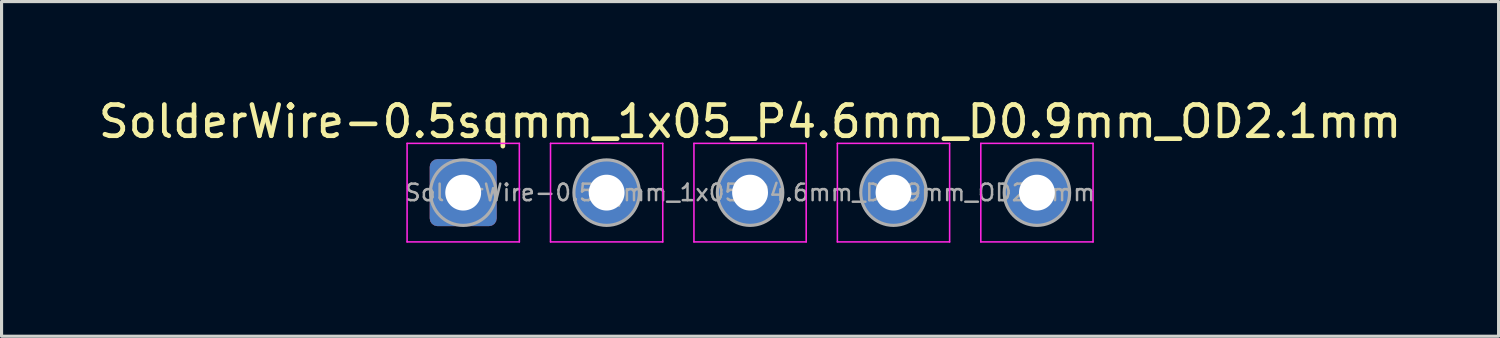
<source format=kicad_pcb>
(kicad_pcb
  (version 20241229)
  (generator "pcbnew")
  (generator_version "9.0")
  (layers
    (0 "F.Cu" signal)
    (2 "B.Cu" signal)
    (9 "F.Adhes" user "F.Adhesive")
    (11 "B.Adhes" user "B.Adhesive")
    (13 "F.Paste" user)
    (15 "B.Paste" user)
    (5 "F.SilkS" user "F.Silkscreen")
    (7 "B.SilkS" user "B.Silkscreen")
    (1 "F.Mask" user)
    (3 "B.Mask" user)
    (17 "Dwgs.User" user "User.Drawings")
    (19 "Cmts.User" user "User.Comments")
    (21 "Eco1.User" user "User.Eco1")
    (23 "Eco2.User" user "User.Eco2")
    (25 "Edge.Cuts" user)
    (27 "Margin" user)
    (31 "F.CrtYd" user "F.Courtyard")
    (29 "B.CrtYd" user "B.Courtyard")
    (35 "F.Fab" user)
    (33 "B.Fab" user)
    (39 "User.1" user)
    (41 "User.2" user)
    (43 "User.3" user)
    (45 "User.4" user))
  (footprint "SolderWire-0.5sqmm_1x05_P4.6mm_D0.9mm_OD2.1mm"
    (layer "F.Cu")
    (at 11.806 3.128)
    (property "Reference" "SolderWire-0.5sqmm_1x05_P4.6mm_D0.9mm_OD2.1mm" (at 9.2 -2.28 0) (layer "F.SilkS") (effects (font (size 1 1) (thickness 0.15))))
    (attr exclude_from_pos_files exclude_from_bom)
    (fp_line (start -1.8 -1.58) (end -1.8 1.58) (stroke (width 0.05) (type solid)) (layer "F.CrtYd"))
    (fp_line (start -1.8 1.58) (end 1.8 1.58) (stroke (width 0.05) (type solid)) (layer "F.CrtYd"))
    (fp_line (start 1.8 -1.58) (end -1.8 -1.58) (stroke (width 0.05) (type solid)) (layer "F.CrtYd"))
    (fp_line (start 1.8 1.58) (end 1.8 -1.58) (stroke (width 0.05) (type solid)) (layer "F.CrtYd"))
    (fp_line (start 2.8 -1.58) (end 2.8 1.58) (stroke (width 0.05) (type solid)) (layer "F.CrtYd"))
    (fp_line (start 2.8 1.58) (end 6.4 1.58) (stroke (width 0.05) (type solid)) (layer "F.CrtYd"))
    (fp_line (start 6.4 -1.58) (end 2.8 -1.58) (stroke (width 0.05) (type solid)) (layer "F.CrtYd"))
    (fp_line (start 6.4 1.58) (end 6.4 -1.58) (stroke (width 0.05) (type solid)) (layer "F.CrtYd"))
    (fp_line (start 7.4 -1.58) (end 7.4 1.58) (stroke (width 0.05) (type solid)) (layer "F.CrtYd"))
    (fp_line (start 7.4 1.58) (end 11 1.58) (stroke (width 0.05) (type solid)) (layer "F.CrtYd"))
    (fp_line (start 11 -1.58) (end 7.4 -1.58) (stroke (width 0.05) (type solid)) (layer "F.CrtYd"))
    (fp_line (start 11 1.58) (end 11 -1.58) (stroke (width 0.05) (type solid)) (layer "F.CrtYd"))
    (fp_line (start 12 -1.58) (end 12 1.58) (stroke (width 0.05) (type solid)) (layer "F.CrtYd"))
    (fp_line (start 12 1.58) (end 15.6 1.58) (stroke (width 0.05) (type solid)) (layer "F.CrtYd"))
    (fp_line (start 15.6 -1.58) (end 12 -1.58) (stroke (width 0.05) (type solid)) (layer "F.CrtYd"))
    (fp_line (start 15.6 1.58) (end 15.6 -1.58) (stroke (width 0.05) (type solid)) (layer "F.CrtYd"))
    (fp_line (start 16.6 -1.58) (end 16.6 1.58) (stroke (width 0.05) (type solid)) (layer "F.CrtYd"))
    (fp_line (start 16.6 1.58) (end 20.2 1.58) (stroke (width 0.05) (type solid)) (layer "F.CrtYd"))
    (fp_line (start 20.2 -1.58) (end 16.6 -1.58) (stroke (width 0.05) (type solid)) (layer "F.CrtYd"))
    (fp_line (start 20.2 1.58) (end 20.2 -1.58) (stroke (width 0.05) (type solid)) (layer "F.CrtYd"))
    (fp_circle (center 0 0) (end 1.05 0) (stroke (width 0.1) (type solid)) (fill no) (layer "F.Fab"))
    (fp_circle (center 4.6 0) (end 5.65 0) (stroke (width 0.1) (type solid)) (fill no) (layer "F.Fab"))
    (fp_circle (center 9.2 0) (end 10.25 0) (stroke (width 0.1) (type solid)) (fill no) (layer "F.Fab"))
    (fp_circle (center 13.8 0) (end 14.85 0) (stroke (width 0.1) (type solid)) (fill no) (layer "F.Fab"))
    (fp_circle (center 18.4 0) (end 19.45 0) (stroke (width 0.1) (type solid)) (fill no) (layer "F.Fab"))
    (fp_text user "${REFERENCE}" (at 9.2 0 0) (layer "F.Fab") (effects (font (size 0.53 0.53) (thickness 0.08))))
    (pad "1" thru_hole roundrect (at 0 0) (size 2.15 2.15) (drill 1.15) (layers "*.Cu" "*.Mask") (roundrect_rratio 0.116))
    (pad "2" thru_hole circle (at 4.6 0) (size 2.15 2.15) (drill 1.15) (layers "*.Cu" "*.Mask"))
    (pad "3" thru_hole circle (at 9.2 0) (size 2.15 2.15) (drill 1.15) (layers "*.Cu" "*.Mask"))
    (pad "4" thru_hole circle (at 13.8 0) (size 2.15 2.15) (drill 1.15) (layers "*.Cu" "*.Mask"))
    (pad "5" thru_hole circle (at 18.4 0) (size 2.15 2.15) (drill 1.15) (layers "*.Cu" "*.Mask")))
  (gr_rect
    (start -3 -3)
    (end 45.012 7.733)
    (stroke (width 0.1) (type default))
    (fill no)
    (layer "Edge.Cuts")))
</source>
